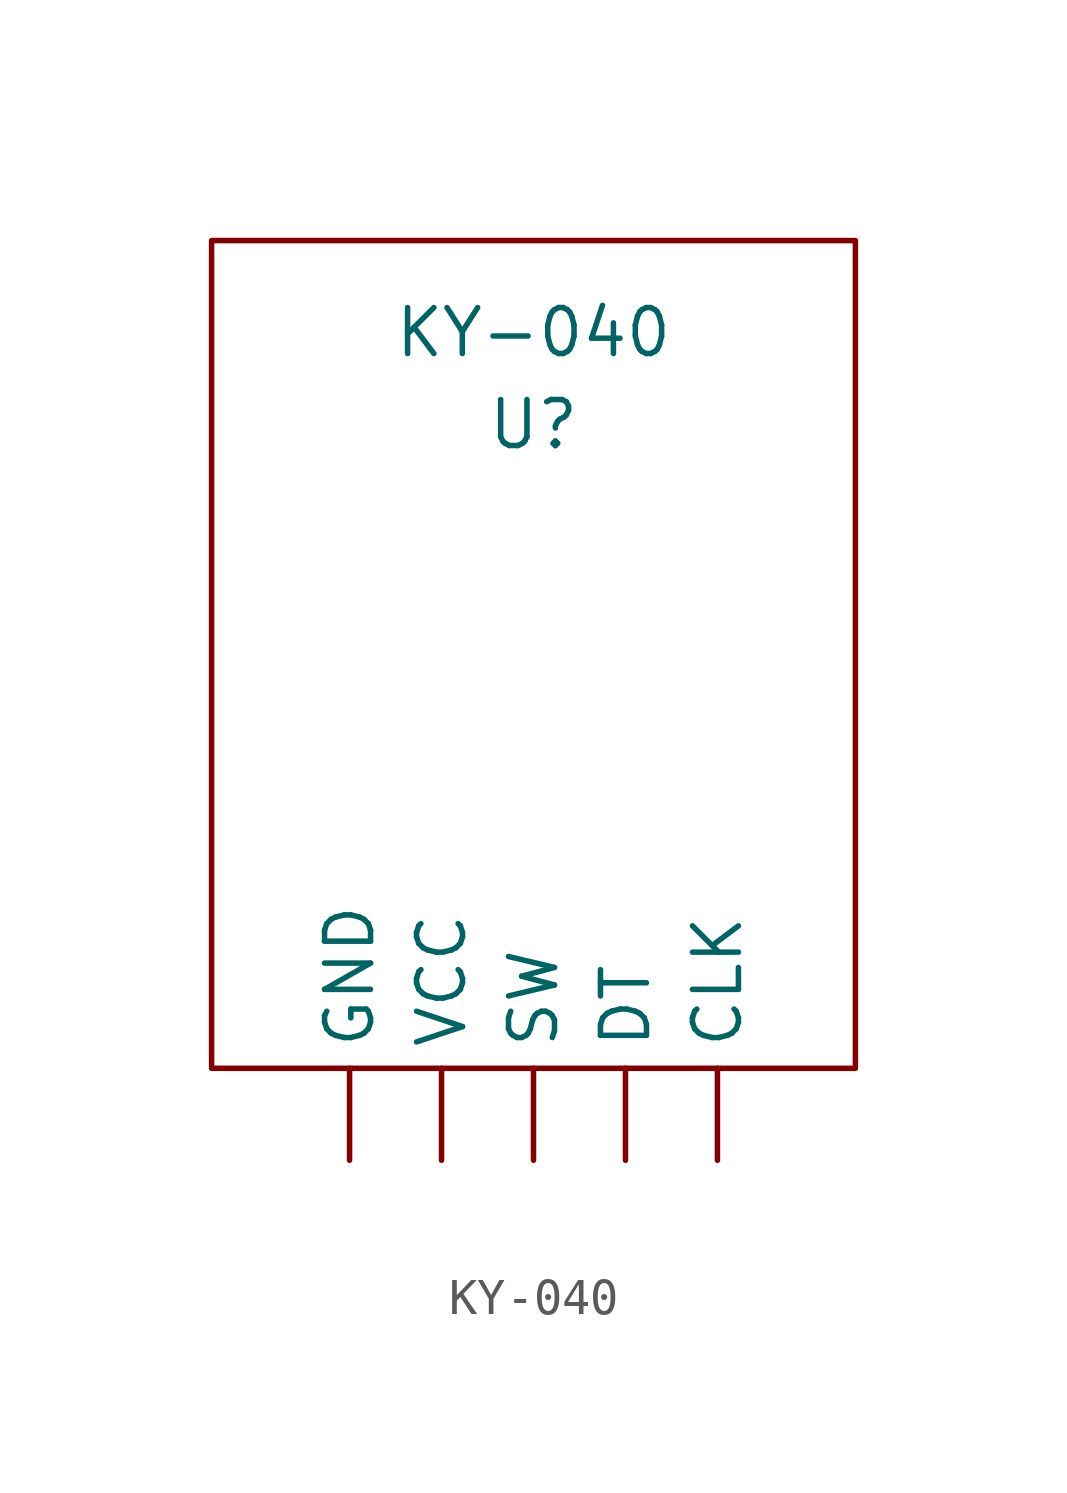
<source format=kicad_sym>
(kicad_symbol_lib
  (version 20211014)
  (generator kicad_symbol_editor)
  (symbol "KY-040"
    (property "Reference" "U"
      (at 0 6.35 0)
      (effects (font (size 1.27 1.27))))
    (property "Value" "KY-040"
      (at 0 8.89 0)
      (effects (font (size 1.27 1.27))))
    (symbol "KY-040_0_1"
      (rectangle (start -8.89 11.43) (end 8.89 -11.43) (stroke (width 0.152) (type default) (color 0 0 0 0)) (fill (type none))))
    (symbol "KY-040_1_1"
      (pin input line (at 5.08 -13.97 90) (length 2.54) (name "CLK" (effects (font (size 1.27 1.27)))) (number "" (effects (font (size 1.27 1.27)))))
      (pin input line (at 2.54 -13.97 90) (length 2.54) (name "DT" (effects (font (size 1.27 1.27)))) (number "" (effects (font (size 1.27 1.27)))))
      (pin input line (at -5.08 -13.97 90) (length 2.54) (name "GND" (effects (font (size 1.27 1.27)))) (number "" (effects (font (size 1.27 1.27)))))
      (pin input line (at 0 -13.97 90) (length 2.54) (name "SW" (effects (font (size 1.27 1.27)))) (number "" (effects (font (size 1.27 1.27)))))
      (pin input line (at -2.54 -13.97 90) (length 2.54) (name "VCC" (effects (font (size 1.27 1.27)))) (number "" (effects (font (size 1.27 1.27))))))))
</source>
